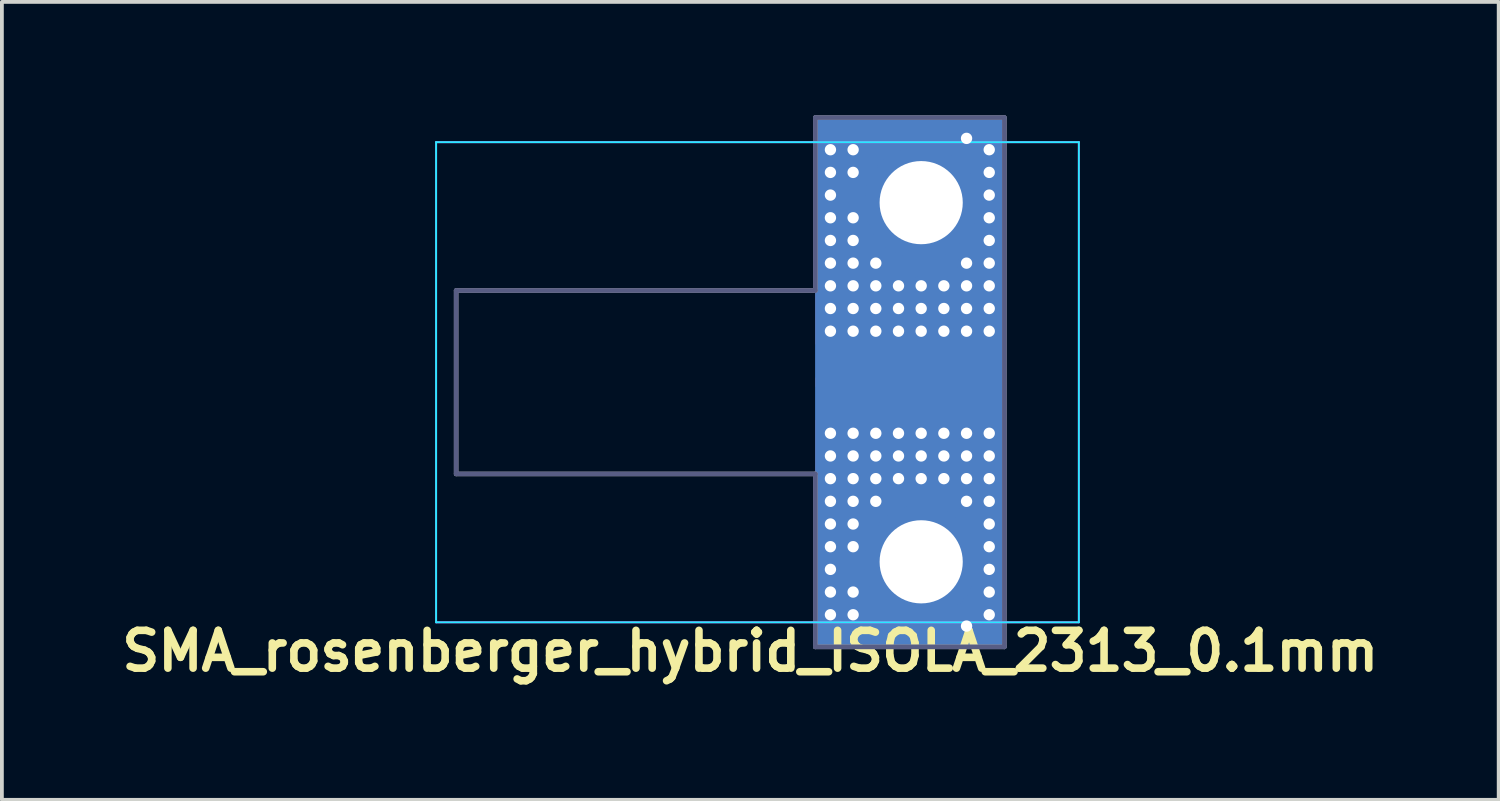
<source format=kicad_pcb>
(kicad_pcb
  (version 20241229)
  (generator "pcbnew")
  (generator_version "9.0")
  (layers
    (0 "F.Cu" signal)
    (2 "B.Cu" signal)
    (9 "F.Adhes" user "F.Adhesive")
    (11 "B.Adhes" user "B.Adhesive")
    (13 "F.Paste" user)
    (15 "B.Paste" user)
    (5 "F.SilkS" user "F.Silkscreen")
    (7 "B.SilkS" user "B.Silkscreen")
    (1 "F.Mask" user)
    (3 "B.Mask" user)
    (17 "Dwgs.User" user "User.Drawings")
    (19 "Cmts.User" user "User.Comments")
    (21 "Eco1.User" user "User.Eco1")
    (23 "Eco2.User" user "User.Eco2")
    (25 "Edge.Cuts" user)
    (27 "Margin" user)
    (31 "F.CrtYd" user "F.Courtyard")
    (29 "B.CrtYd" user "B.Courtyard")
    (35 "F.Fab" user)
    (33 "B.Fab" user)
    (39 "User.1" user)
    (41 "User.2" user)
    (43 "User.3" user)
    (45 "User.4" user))
  (footprint "SMA_rosenberger_hybrid_ISOLA_2313_0.1mm"
    (layer "F.Cu")
    (at 18.515 7.06)
    (property "Reference" "SMA_rosenberger_hybrid_ISOLA_2313_0.1mm" (at -1.72 7.11 180) (layer "F.SilkS") (effects (font (size 1 1) (thickness 0.2))))
    (attr through_hole)
    (fp_line (start -10.03 -6.35) (end -10.03 6.35) (stroke (width 0.05) (type solid)) (layer "B.CrtYd"))
    (fp_line (start -10.03 -6.35) (end 6.97 -6.35) (stroke (width 0.05) (type solid)) (layer "B.CrtYd"))
    (fp_line (start -10.03 6.35) (end 6.97 6.35) (stroke (width 0.05) (type solid)) (layer "B.CrtYd"))
    (fp_line (start 6.97 -6.35) (end 6.97 6.35) (stroke (width 0.05) (type solid)) (layer "B.CrtYd"))
    (fp_line (start -10.03 -6.35) (end -10.03 6.35) (stroke (width 0.05) (type solid)) (layer "F.CrtYd"))
    (fp_line (start -10.03 6.35) (end 6.97 6.35) (stroke (width 0.05) (type solid)) (layer "F.CrtYd"))
    (fp_line (start 6.97 -6.35) (end -10.03 -6.35) (stroke (width 0.05) (type solid)) (layer "F.CrtYd"))
    (fp_line (start 6.97 -6.35) (end 6.97 6.35) (stroke (width 0.05) (type solid)) (layer "F.CrtYd"))
    (fp_line (start -9.5 -2.425) (end -9.5 2.425) (stroke (width 0.12) (type solid)) (layer "B.Fab"))
    (fp_line (start -9.5 2.425) (end 0 2.425) (stroke (width 0.12) (type solid)) (layer "B.Fab"))
    (fp_line (start 0 -7) (end 0 -2.425) (stroke (width 0.12) (type solid)) (layer "B.Fab"))
    (fp_line (start 0 -2.425) (end -9.5 -2.425) (stroke (width 0.12) (type solid)) (layer "B.Fab"))
    (fp_line (start 0 2.425) (end 0 7) (stroke (width 0.12) (type solid)) (layer "B.Fab"))
    (fp_line (start 0 7) (end 5 7) (stroke (width 0.12) (type solid)) (layer "B.Fab"))
    (fp_line (start 5 -7) (end 0 -7) (stroke (width 0.12) (type solid)) (layer "B.Fab"))
    (fp_line (start 5 7) (end 5 -7) (stroke (width 0.12) (type solid)) (layer "B.Fab"))
    (fp_line (start -9.5 -2.425) (end -9.5 2.425) (stroke (width 0.12) (type solid)) (layer "F.Fab"))
    (fp_line (start -9.5 2.425) (end 0 2.425) (stroke (width 0.12) (type solid)) (layer "F.Fab"))
    (fp_line (start 0 -7) (end 0 -2.425) (stroke (width 0.12) (type solid)) (layer "F.Fab"))
    (fp_line (start 0 -2.425) (end -9.5 -2.425) (stroke (width 0.12) (type solid)) (layer "F.Fab"))
    (fp_line (start 0 2.425) (end 0 7) (stroke (width 0.12) (type solid)) (layer "F.Fab"))
    (fp_line (start 0 7) (end 5 7) (stroke (width 0.12) (type solid)) (layer "F.Fab"))
    (fp_line (start 5 -7) (end 0 -7) (stroke (width 0.12) (type solid)) (layer "F.Fab"))
    (fp_line (start 5 7) (end 5 -7) (stroke (width 0.12) (type solid)) (layer "F.Fab"))
    (pad "1" smd rect (at 2.5 0) (size 5 0.24) (layers "F.Cu" "F.Mask"))
    (pad "2" thru_hole circle (at 0.4 -6.15) (size 0.5 0.5) (drill 0.3) (layers "*.Cu" "*.Mask"))
    (pad "2" thru_hole circle (at 0.4 -5.55) (size 0.5 0.5) (drill 0.3) (layers "*.Cu" "*.Mask"))
    (pad "2" thru_hole circle (at 0.4 -4.95) (size 0.5 0.5) (drill 0.3) (layers "*.Cu" "*.Mask"))
    (pad "2" thru_hole circle (at 0.4 -4.35) (size 0.5 0.5) (drill 0.3) (layers "*.Cu" "*.Mask"))
    (pad "2" thru_hole circle (at 0.4 -3.75) (size 0.5 0.5) (drill 0.3) (layers "*.Cu" "*.Mask"))
    (pad "2" thru_hole circle (at 0.4 -3.15) (size 0.5 0.5) (drill 0.3) (layers "*.Cu" "*.Mask"))
    (pad "2" thru_hole circle (at 0.4 -2.55) (size 0.5 0.5) (drill 0.3) (layers "*.Cu" "*.Mask"))
    (pad "2" thru_hole circle (at 0.4 -1.95) (size 0.5 0.5) (drill 0.3) (layers "*.Cu" "*.Mask"))
    (pad "2" thru_hole circle (at 0.4 -1.35) (size 0.5 0.5) (drill 0.3) (layers "*.Cu" "*.Mask"))
    (pad "2" thru_hole circle (at 0.4 1.35) (size 0.5 0.5) (drill 0.3) (layers "*.Cu" "*.Mask"))
    (pad "2" thru_hole circle (at 0.4 1.95) (size 0.5 0.5) (drill 0.3) (layers "*.Cu" "*.Mask"))
    (pad "2" thru_hole circle (at 0.4 2.55) (size 0.5 0.5) (drill 0.3) (layers "*.Cu" "*.Mask"))
    (pad "2" thru_hole circle (at 0.4 3.15) (size 0.5 0.5) (drill 0.3) (layers "*.Cu" "*.Mask"))
    (pad "2" thru_hole circle (at 0.4 3.75) (size 0.5 0.5) (drill 0.3) (layers "*.Cu" "*.Mask"))
    (pad "2" thru_hole circle (at 0.4 4.35) (size 0.5 0.5) (drill 0.3) (layers "*.Cu" "*.Mask"))
    (pad "2" thru_hole circle (at 0.4 4.95) (size 0.5 0.5) (drill 0.3) (layers "*.Cu" "*.Mask"))
    (pad "2" thru_hole circle (at 0.4 5.55) (size 0.5 0.5) (drill 0.3) (layers "*.Cu" "*.Mask"))
    (pad "2" thru_hole circle (at 0.4 6.15) (size 0.5 0.5) (drill 0.3) (layers "*.Cu" "*.Mask"))
    (pad "2" thru_hole circle (at 1 -6.15) (size 0.5 0.5) (drill 0.3) (layers "*.Cu" "*.Mask"))
    (pad "2" thru_hole circle (at 1 -5.55) (size 0.5 0.5) (drill 0.3) (layers "*.Cu" "*.Mask"))
    (pad "2" thru_hole circle (at 1 -4.35) (size 0.5 0.5) (drill 0.3) (layers "*.Cu" "*.Mask"))
    (pad "2" thru_hole circle (at 1 -3.75) (size 0.5 0.5) (drill 0.3) (layers "*.Cu" "*.Mask"))
    (pad "2" thru_hole circle (at 1 -3.15) (size 0.5 0.5) (drill 0.3) (layers "*.Cu" "*.Mask"))
    (pad "2" thru_hole circle (at 1 -2.55) (size 0.5 0.5) (drill 0.3) (layers "*.Cu" "*.Mask"))
    (pad "2" thru_hole circle (at 1 -1.95) (size 0.5 0.5) (drill 0.3) (layers "*.Cu" "*.Mask"))
    (pad "2" thru_hole circle (at 1 -1.35) (size 0.5 0.5) (drill 0.3) (layers "*.Cu" "*.Mask"))
    (pad "2" thru_hole circle (at 1 1.35) (size 0.5 0.5) (drill 0.3) (layers "*.Cu" "*.Mask"))
    (pad "2" thru_hole circle (at 1 1.95) (size 0.5 0.5) (drill 0.3) (layers "*.Cu" "*.Mask"))
    (pad "2" thru_hole circle (at 1 2.55) (size 0.5 0.5) (drill 0.3) (layers "*.Cu" "*.Mask"))
    (pad "2" thru_hole circle (at 1 3.15) (size 0.5 0.5) (drill 0.3) (layers "*.Cu" "*.Mask"))
    (pad "2" thru_hole circle (at 1 3.75) (size 0.5 0.5) (drill 0.3) (layers "*.Cu" "*.Mask"))
    (pad "2" thru_hole circle (at 1 4.35) (size 0.5 0.5) (drill 0.3) (layers "*.Cu" "*.Mask"))
    (pad "2" thru_hole circle (at 1 5.55) (size 0.5 0.5) (drill 0.3) (layers "*.Cu" "*.Mask"))
    (pad "2" thru_hole circle (at 1 6.15) (size 0.5 0.5) (drill 0.3) (layers "*.Cu" "*.Mask"))
    (pad "2" thru_hole circle (at 1.6 -3.15) (size 0.5 0.5) (drill 0.3) (layers "*.Cu" "*.Mask"))
    (pad "2" thru_hole circle (at 1.6 -2.55) (size 0.5 0.5) (drill 0.3) (layers "*.Cu" "*.Mask"))
    (pad "2" thru_hole circle (at 1.6 -1.95) (size 0.5 0.5) (drill 0.3) (layers "*.Cu" "*.Mask"))
    (pad "2" thru_hole circle (at 1.6 -1.35) (size 0.5 0.5) (drill 0.3) (layers "*.Cu" "*.Mask"))
    (pad "2" thru_hole circle (at 1.6 1.35) (size 0.5 0.5) (drill 0.3) (layers "*.Cu" "*.Mask"))
    (pad "2" thru_hole circle (at 1.6 1.95) (size 0.5 0.5) (drill 0.3) (layers "*.Cu" "*.Mask"))
    (pad "2" thru_hole circle (at 1.6 2.55) (size 0.5 0.5) (drill 0.3) (layers "*.Cu" "*.Mask"))
    (pad "2" thru_hole circle (at 1.6 3.15) (size 0.5 0.5) (drill 0.3) (layers "*.Cu" "*.Mask"))
    (pad "2" thru_hole circle (at 2.2 -2.55) (size 0.5 0.5) (drill 0.3) (layers "*.Cu" "*.Mask"))
    (pad "2" thru_hole circle (at 2.2 -1.95) (size 0.5 0.5) (drill 0.3) (layers "*.Cu" "*.Mask"))
    (pad "2" thru_hole circle (at 2.2 -1.35) (size 0.5 0.5) (drill 0.3) (layers "*.Cu" "*.Mask"))
    (pad "2" thru_hole circle (at 2.2 1.35) (size 0.5 0.5) (drill 0.3) (layers "*.Cu" "*.Mask"))
    (pad "2" thru_hole circle (at 2.2 1.95) (size 0.5 0.5) (drill 0.3) (layers "*.Cu" "*.Mask"))
    (pad "2" thru_hole circle (at 2.2 2.55) (size 0.5 0.5) (drill 0.3) (layers "*.Cu" "*.Mask"))
    (pad "2" smd rect (at 2.5 -4) (size 5 6) (layers "F.Cu" "F.Mask"))
    (pad "2" smd rect (at 2.5 0) (size 5 14) (layers "F.Mask" "B.Cu"))
    (pad "2" smd rect (at 2.5 0) (size 5 14) (layers "B.Cu" "B.Mask"))
    (pad "2" smd rect (at 2.5 4) (size 5 6) (layers "F.Cu" "F.Mask"))
    (pad "2" thru_hole circle (at 2.8 -4.75) (size 3 3) (drill 2.2) (layers "*.Cu" "*.Mask"))
    (pad "2" thru_hole circle (at 2.8 -2.55) (size 0.5 0.5) (drill 0.3) (layers "*.Cu" "*.Mask"))
    (pad "2" thru_hole circle (at 2.8 -1.95) (size 0.5 0.5) (drill 0.3) (layers "*.Cu" "*.Mask"))
    (pad "2" thru_hole circle (at 2.8 -1.35) (size 0.5 0.5) (drill 0.3) (layers "*.Cu" "*.Mask"))
    (pad "2" thru_hole circle (at 2.8 1.35) (size 0.5 0.5) (drill 0.3) (layers "*.Cu" "*.Mask"))
    (pad "2" thru_hole circle (at 2.8 1.95) (size 0.5 0.5) (drill 0.3) (layers "*.Cu" "*.Mask"))
    (pad "2" thru_hole circle (at 2.8 2.55) (size 0.5 0.5) (drill 0.3) (layers "*.Cu" "*.Mask"))
    (pad "2" thru_hole circle (at 2.8 4.75) (size 3 3) (drill 2.2) (layers "*.Cu" "*.Mask"))
    (pad "2" thru_hole circle (at 3.4 -2.55) (size 0.5 0.5) (drill 0.3) (layers "*.Cu" "*.Mask"))
    (pad "2" thru_hole circle (at 3.4 -1.95) (size 0.5 0.5) (drill 0.3) (layers "*.Cu" "*.Mask"))
    (pad "2" thru_hole circle (at 3.4 -1.35) (size 0.5 0.5) (drill 0.3) (layers "*.Cu" "*.Mask"))
    (pad "2" thru_hole circle (at 3.4 1.35) (size 0.5 0.5) (drill 0.3) (layers "*.Cu" "*.Mask"))
    (pad "2" thru_hole circle (at 3.4 1.95) (size 0.5 0.5) (drill 0.3) (layers "*.Cu" "*.Mask"))
    (pad "2" thru_hole circle (at 3.4 2.55) (size 0.5 0.5) (drill 0.3) (layers "*.Cu" "*.Mask"))
    (pad "2" thru_hole circle (at 4 -6.45) (size 0.5 0.5) (drill 0.3) (layers "*.Cu" "*.Mask"))
    (pad "2" thru_hole circle (at 4 -3.15) (size 0.5 0.5) (drill 0.3) (layers "*.Cu" "*.Mask"))
    (pad "2" thru_hole circle (at 4 -2.55) (size 0.5 0.5) (drill 0.3) (layers "*.Cu" "*.Mask"))
    (pad "2" thru_hole circle (at 4 -1.95) (size 0.5 0.5) (drill 0.3) (layers "*.Cu" "*.Mask"))
    (pad "2" thru_hole circle (at 4 -1.35) (size 0.5 0.5) (drill 0.3) (layers "*.Cu" "*.Mask"))
    (pad "2" thru_hole circle (at 4 1.35) (size 0.5 0.5) (drill 0.3) (layers "*.Cu" "*.Mask"))
    (pad "2" thru_hole circle (at 4 1.95) (size 0.5 0.5) (drill 0.3) (layers "*.Cu" "*.Mask"))
    (pad "2" thru_hole circle (at 4 2.55) (size 0.5 0.5) (drill 0.3) (layers "*.Cu" "*.Mask"))
    (pad "2" thru_hole circle (at 4 3.15) (size 0.5 0.5) (drill 0.3) (layers "*.Cu" "*.Mask"))
    (pad "2" thru_hole circle (at 4 6.45) (size 0.5 0.5) (drill 0.3) (layers "*.Cu" "*.Mask"))
    (pad "2" thru_hole circle (at 4.6 -6.15) (size 0.5 0.5) (drill 0.3) (layers "*.Cu" "*.Mask"))
    (pad "2" thru_hole circle (at 4.6 -5.55) (size 0.5 0.5) (drill 0.3) (layers "*.Cu" "*.Mask"))
    (pad "2" thru_hole circle (at 4.6 -4.95) (size 0.5 0.5) (drill 0.3) (layers "*.Cu" "*.Mask"))
    (pad "2" thru_hole circle (at 4.6 -4.35) (size 0.5 0.5) (drill 0.3) (layers "*.Cu" "*.Mask"))
    (pad "2" thru_hole circle (at 4.6 -3.75) (size 0.5 0.5) (drill 0.3) (layers "*.Cu" "*.Mask"))
    (pad "2" thru_hole circle (at 4.6 -3.15) (size 0.5 0.5) (drill 0.3) (layers "*.Cu" "*.Mask"))
    (pad "2" thru_hole circle (at 4.6 -2.55) (size 0.5 0.5) (drill 0.3) (layers "*.Cu" "*.Mask"))
    (pad "2" thru_hole circle (at 4.6 -1.95) (size 0.5 0.5) (drill 0.3) (layers "*.Cu" "*.Mask"))
    (pad "2" thru_hole circle (at 4.6 -1.35) (size 0.5 0.5) (drill 0.3) (layers "*.Cu" "*.Mask"))
    (pad "2" thru_hole circle (at 4.6 1.35) (size 0.5 0.5) (drill 0.3) (layers "*.Cu" "*.Mask"))
    (pad "2" thru_hole circle (at 4.6 1.95) (size 0.5 0.5) (drill 0.3) (layers "*.Cu" "*.Mask"))
    (pad "2" thru_hole circle (at 4.6 2.55) (size 0.5 0.5) (drill 0.3) (layers "*.Cu" "*.Mask"))
    (pad "2" thru_hole circle (at 4.6 3.15) (size 0.5 0.5) (drill 0.3) (layers "*.Cu" "*.Mask"))
    (pad "2" thru_hole circle (at 4.6 3.75) (size 0.5 0.5) (drill 0.3) (layers "*.Cu" "*.Mask"))
    (pad "2" thru_hole circle (at 4.6 4.35) (size 0.5 0.5) (drill 0.3) (layers "*.Cu" "*.Mask"))
    (pad "2" thru_hole circle (at 4.6 4.95) (size 0.5 0.5) (drill 0.3) (layers "*.Cu" "*.Mask"))
    (pad "2" thru_hole circle (at 4.6 5.55) (size 0.5 0.5) (drill 0.3) (layers "*.Cu" "*.Mask"))
    (pad "2" thru_hole circle (at 4.6 6.15) (size 0.5 0.5) (drill 0.3) (layers "*.Cu" "*.Mask")))
  (gr_rect
    (start -3 -3)
    (end 36.59 18.106)
    (stroke (width 0.1) (type default))
    (fill no)
    (layer "Edge.Cuts")))
</source>
